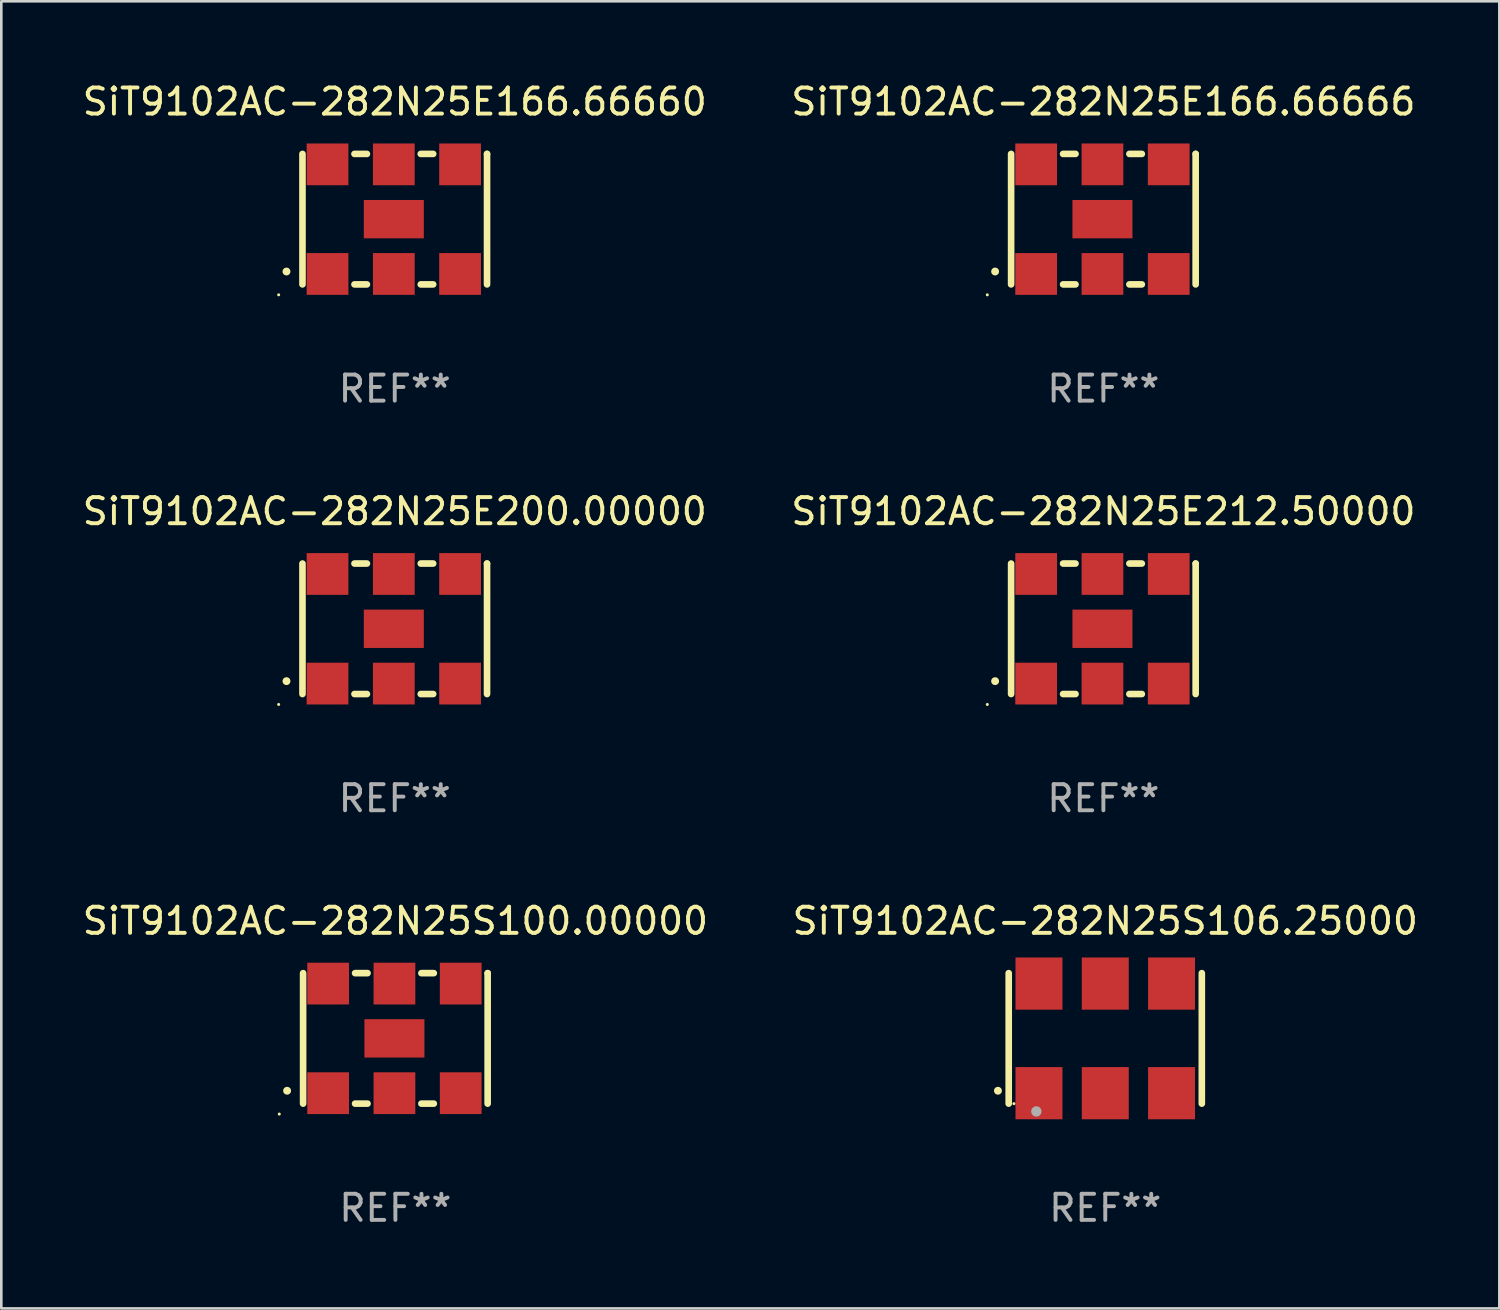
<source format=kicad_pcb>
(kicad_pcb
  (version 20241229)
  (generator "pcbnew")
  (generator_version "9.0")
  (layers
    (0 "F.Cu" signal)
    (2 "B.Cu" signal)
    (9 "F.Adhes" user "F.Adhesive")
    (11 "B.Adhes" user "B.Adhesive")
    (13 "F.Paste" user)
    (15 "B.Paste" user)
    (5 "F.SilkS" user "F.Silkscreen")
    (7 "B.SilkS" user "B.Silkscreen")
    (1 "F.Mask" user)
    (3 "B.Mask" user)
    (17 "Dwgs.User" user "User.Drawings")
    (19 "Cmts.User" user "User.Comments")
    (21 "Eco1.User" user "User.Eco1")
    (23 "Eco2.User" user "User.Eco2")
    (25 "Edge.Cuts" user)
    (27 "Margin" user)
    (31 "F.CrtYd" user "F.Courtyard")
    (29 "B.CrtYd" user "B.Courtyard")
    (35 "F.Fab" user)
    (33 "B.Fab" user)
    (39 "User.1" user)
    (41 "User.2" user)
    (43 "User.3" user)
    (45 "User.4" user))
  (footprint "SiT9102AC-282N25E166.66666"
    (layer "F.Cu")
    (at 39.232 5.348)
    (property "Reference" "SiT9102AC-282N25E166.66666" (at 0 -4.5 0) (layer "F.SilkS") (effects (font (size 1 1) (thickness 0.15))))
    (attr through_hole)
    (fp_line (start -3.536 -2.5) (end -3.536 2.5) (stroke (width 0.254) (type solid)) (layer "F.SilkS"))
    (fp_line (start -1.544 2.5) (end -1.067 2.5) (stroke (width 0.254) (type solid)) (layer "F.SilkS"))
    (fp_line (start -1.067 -2.5) (end -1.544 -2.5) (stroke (width 0.254) (type solid)) (layer "F.SilkS"))
    (fp_line (start 0.996 2.5) (end 1.473 2.5) (stroke (width 0.254) (type solid)) (layer "F.SilkS"))
    (fp_line (start 1.473 -2.5) (end 0.996 -2.5) (stroke (width 0.254) (type solid)) (layer "F.SilkS"))
    (fp_line (start 3.536 -2.5) (end 3.536 -2.5) (stroke (width 0.254) (type solid)) (layer "F.SilkS"))
    (fp_line (start 3.536 2.5) (end 3.536 -2.5) (stroke (width 0.254) (type solid)) (layer "F.SilkS"))
    (fp_arc (start -4.150432 2.006604) (mid -4.149162 2.006599) (end -4.147892 2.006604) (stroke (width 0.3) (type solid)) (layer "F.SilkS"))
    (fp_circle (center -4.449 2.9) (end -4.419 2.9) (stroke (width 0.06) (type solid)) (fill no) (layer "F.SilkS"))
    (fp_text user "REF**" (at 0 6.5 0) (layer "F.Fab") (effects (font (size 1 1) (thickness 0.15))))
    (pad "1" smd rect (at -2.576 2.1) (size 1.6 1.6) (layers "F.Cu" "F.Mask" "F.Paste"))
    (pad "2" smd rect (at -0.036 2.1) (size 1.6 1.6) (layers "F.Cu" "F.Mask" "F.Paste"))
    (pad "3" smd rect (at 2.504 2.1) (size 1.6 1.6) (layers "F.Cu" "F.Mask" "F.Paste"))
    (pad "4" smd rect (at 2.504 -2.1) (size 1.6 1.6) (layers "F.Cu" "F.Mask" "F.Paste"))
    (pad "5" smd rect (at -0.036 -2.1) (size 1.6 1.6) (layers "F.Cu" "F.Mask" "F.Paste"))
    (pad "6" smd rect (at -2.576 -2.1) (size 1.6 1.6) (layers "F.Cu" "F.Mask" "F.Paste"))
    (pad "7" smd rect (at -0.036 0) (size 2.3 1.47) (layers "F.Cu" "F.Mask" "F.Paste")))
  (footprint "SiT9102AC-282N25S106.25000"
    (layer "F.Cu")
    (at 39.304 36.741)
    (property "Reference" "SiT9102AC-282N25S106.25000" (at 0 -4.5 0) (layer "F.SilkS") (effects (font (size 1 1) (thickness 0.15))))
    (attr through_hole)
    (fp_line (start -3.7 -2.5) (end -3.7 2.5) (stroke (width 0.254) (type solid)) (layer "F.SilkS"))
    (fp_line (start 3.7 -2.5) (end 3.7 2.5) (stroke (width 0.254) (type solid)) (layer "F.SilkS"))
    (fp_arc (start -4.114415 2.006604) (mid -4.113145 2.006599) (end -4.111875 2.006604) (stroke (width 0.3) (type solid)) (layer "F.SilkS"))
    (fp_circle (center -3.5 2.501) (end -3.47 2.501) (stroke (width 0.06) (type solid)) (fill no) (layer "F.SilkS"))
    (fp_circle (center -2.641 2.799) (end -2.541 2.799) (stroke (width 0.2) (type solid)) (fill no) (layer "F.Fab"))
    (fp_text user "REF**" (at 0 6.5 0) (layer "F.Fab") (effects (font (size 1 1) (thickness 0.15))))
    (pad "1" smd rect (at -2.54 2.1) (size 1.8 2) (layers "F.Cu" "F.Mask" "F.Paste"))
    (pad "2" smd rect (at 0.000394 2.1) (size 1.8 2) (layers "F.Cu" "F.Mask" "F.Paste"))
    (pad "3" smd rect (at 2.54 2.1) (size 1.8 2) (layers "F.Cu" "F.Mask" "F.Paste"))
    (pad "4" smd rect (at 2.54 -2.1) (size 1.8 2) (layers "F.Cu" "F.Mask" "F.Paste"))
    (pad "5" smd rect (at 0.000394 -2.1) (size 1.8 2) (layers "F.Cu" "F.Mask" "F.Paste"))
    (pad "6" smd rect (at -2.54 -2.1) (size 1.8 2) (layers "F.Cu" "F.Mask" "F.Paste")))
  (footprint "SiT9102AC-282N25S100.00000"
    (layer "F.Cu")
    (at 12.101 36.741)
    (property "Reference" "SiT9102AC-282N25S100.00000" (at 0 -4.5 0) (layer "F.SilkS") (effects (font (size 1 1) (thickness 0.15))))
    (attr through_hole)
    (fp_line (start -3.536 -2.5) (end -3.536 2.5) (stroke (width 0.254) (type solid)) (layer "F.SilkS"))
    (fp_line (start -1.544 2.5) (end -1.067 2.5) (stroke (width 0.254) (type solid)) (layer "F.SilkS"))
    (fp_line (start -1.067 -2.5) (end -1.544 -2.5) (stroke (width 0.254) (type solid)) (layer "F.SilkS"))
    (fp_line (start 0.996 2.5) (end 1.473 2.5) (stroke (width 0.254) (type solid)) (layer "F.SilkS"))
    (fp_line (start 1.473 -2.5) (end 0.996 -2.5) (stroke (width 0.254) (type solid)) (layer "F.SilkS"))
    (fp_line (start 3.536 -2.5) (end 3.536 -2.5) (stroke (width 0.254) (type solid)) (layer "F.SilkS"))
    (fp_line (start 3.536 2.5) (end 3.536 -2.5) (stroke (width 0.254) (type solid)) (layer "F.SilkS"))
    (fp_arc (start -4.150432 2.006604) (mid -4.149162 2.006599) (end -4.147892 2.006604) (stroke (width 0.3) (type solid)) (layer "F.SilkS"))
    (fp_circle (center -4.449 2.9) (end -4.419 2.9) (stroke (width 0.06) (type solid)) (fill no) (layer "F.SilkS"))
    (fp_text user "REF**" (at 0 6.5 0) (layer "F.Fab") (effects (font (size 1 1) (thickness 0.15))))
    (pad "1" smd rect (at -2.576 2.1) (size 1.6 1.6) (layers "F.Cu" "F.Mask" "F.Paste"))
    (pad "2" smd rect (at -0.036 2.1) (size 1.6 1.6) (layers "F.Cu" "F.Mask" "F.Paste"))
    (pad "3" smd rect (at 2.504 2.1) (size 1.6 1.6) (layers "F.Cu" "F.Mask" "F.Paste"))
    (pad "4" smd rect (at 2.504 -2.1) (size 1.6 1.6) (layers "F.Cu" "F.Mask" "F.Paste"))
    (pad "5" smd rect (at -0.036 -2.1) (size 1.6 1.6) (layers "F.Cu" "F.Mask" "F.Paste"))
    (pad "6" smd rect (at -2.576 -2.1) (size 1.6 1.6) (layers "F.Cu" "F.Mask" "F.Paste"))
    (pad "7" smd rect (at -0.036 0) (size 2.3 1.47) (layers "F.Cu" "F.Mask" "F.Paste")))
  (footprint "SiT9102AC-282N25E166.66660"
    (layer "F.Cu")
    (at 12.077 5.348)
    (property "Reference" "SiT9102AC-282N25E166.66660" (at 0 -4.5 0) (layer "F.SilkS") (effects (font (size 1 1) (thickness 0.15))))
    (attr through_hole)
    (fp_line (start -3.536 -2.5) (end -3.536 2.5) (stroke (width 0.254) (type solid)) (layer "F.SilkS"))
    (fp_line (start -1.544 2.5) (end -1.067 2.5) (stroke (width 0.254) (type solid)) (layer "F.SilkS"))
    (fp_line (start -1.067 -2.5) (end -1.544 -2.5) (stroke (width 0.254) (type solid)) (layer "F.SilkS"))
    (fp_line (start 0.996 2.5) (end 1.473 2.5) (stroke (width 0.254) (type solid)) (layer "F.SilkS"))
    (fp_line (start 1.473 -2.5) (end 0.996 -2.5) (stroke (width 0.254) (type solid)) (layer "F.SilkS"))
    (fp_line (start 3.536 -2.5) (end 3.536 -2.5) (stroke (width 0.254) (type solid)) (layer "F.SilkS"))
    (fp_line (start 3.536 2.5) (end 3.536 -2.5) (stroke (width 0.254) (type solid)) (layer "F.SilkS"))
    (fp_arc (start -4.150432 2.006604) (mid -4.149162 2.006599) (end -4.147892 2.006604) (stroke (width 0.3) (type solid)) (layer "F.SilkS"))
    (fp_circle (center -4.449 2.9) (end -4.419 2.9) (stroke (width 0.06) (type solid)) (fill no) (layer "F.SilkS"))
    (fp_text user "REF**" (at 0 6.5 0) (layer "F.Fab") (effects (font (size 1 1) (thickness 0.15))))
    (pad "1" smd rect (at -2.576 2.1) (size 1.6 1.6) (layers "F.Cu" "F.Mask" "F.Paste"))
    (pad "2" smd rect (at -0.036 2.1) (size 1.6 1.6) (layers "F.Cu" "F.Mask" "F.Paste"))
    (pad "3" smd rect (at 2.504 2.1) (size 1.6 1.6) (layers "F.Cu" "F.Mask" "F.Paste"))
    (pad "4" smd rect (at 2.504 -2.1) (size 1.6 1.6) (layers "F.Cu" "F.Mask" "F.Paste"))
    (pad "5" smd rect (at -0.036 -2.1) (size 1.6 1.6) (layers "F.Cu" "F.Mask" "F.Paste"))
    (pad "6" smd rect (at -2.576 -2.1) (size 1.6 1.6) (layers "F.Cu" "F.Mask" "F.Paste"))
    (pad "7" smd rect (at -0.036 0) (size 2.3 1.47) (layers "F.Cu" "F.Mask" "F.Paste")))
  (footprint "SiT9102AC-282N25E200.00000"
    (layer "F.Cu")
    (at 12.077 21.045)
    (property "Reference" "SiT9102AC-282N25E200.00000" (at 0 -4.5 0) (layer "F.SilkS") (effects (font (size 1 1) (thickness 0.15))))
    (attr through_hole)
    (fp_line (start -3.536 -2.5) (end -3.536 2.5) (stroke (width 0.254) (type solid)) (layer "F.SilkS"))
    (fp_line (start -1.544 2.5) (end -1.067 2.5) (stroke (width 0.254) (type solid)) (layer "F.SilkS"))
    (fp_line (start -1.067 -2.5) (end -1.544 -2.5) (stroke (width 0.254) (type solid)) (layer "F.SilkS"))
    (fp_line (start 0.996 2.5) (end 1.473 2.5) (stroke (width 0.254) (type solid)) (layer "F.SilkS"))
    (fp_line (start 1.473 -2.5) (end 0.996 -2.5) (stroke (width 0.254) (type solid)) (layer "F.SilkS"))
    (fp_line (start 3.536 -2.5) (end 3.536 -2.5) (stroke (width 0.254) (type solid)) (layer "F.SilkS"))
    (fp_line (start 3.536 2.5) (end 3.536 -2.5) (stroke (width 0.254) (type solid)) (layer "F.SilkS"))
    (fp_arc (start -4.150432 2.006604) (mid -4.149162 2.006599) (end -4.147892 2.006604) (stroke (width 0.3) (type solid)) (layer "F.SilkS"))
    (fp_circle (center -4.449 2.9) (end -4.419 2.9) (stroke (width 0.06) (type solid)) (fill no) (layer "F.SilkS"))
    (fp_text user "REF**" (at 0 6.5 0) (layer "F.Fab") (effects (font (size 1 1) (thickness 0.15))))
    (pad "1" smd rect (at -2.576 2.1) (size 1.6 1.6) (layers "F.Cu" "F.Mask" "F.Paste"))
    (pad "2" smd rect (at -0.036 2.1) (size 1.6 1.6) (layers "F.Cu" "F.Mask" "F.Paste"))
    (pad "3" smd rect (at 2.504 2.1) (size 1.6 1.6) (layers "F.Cu" "F.Mask" "F.Paste"))
    (pad "4" smd rect (at 2.504 -2.1) (size 1.6 1.6) (layers "F.Cu" "F.Mask" "F.Paste"))
    (pad "5" smd rect (at -0.036 -2.1) (size 1.6 1.6) (layers "F.Cu" "F.Mask" "F.Paste"))
    (pad "6" smd rect (at -2.576 -2.1) (size 1.6 1.6) (layers "F.Cu" "F.Mask" "F.Paste"))
    (pad "7" smd rect (at -0.036 0) (size 2.3 1.47) (layers "F.Cu" "F.Mask" "F.Paste")))
  (footprint "SiT9102AC-282N25E212.50000"
    (layer "F.Cu")
    (at 39.232 21.045)
    (property "Reference" "SiT9102AC-282N25E212.50000" (at 0 -4.5 0) (layer "F.SilkS") (effects (font (size 1 1) (thickness 0.15))))
    (attr through_hole)
    (fp_line (start -3.536 -2.5) (end -3.536 2.5) (stroke (width 0.254) (type solid)) (layer "F.SilkS"))
    (fp_line (start -1.544 2.5) (end -1.067 2.5) (stroke (width 0.254) (type solid)) (layer "F.SilkS"))
    (fp_line (start -1.067 -2.5) (end -1.544 -2.5) (stroke (width 0.254) (type solid)) (layer "F.SilkS"))
    (fp_line (start 0.996 2.5) (end 1.473 2.5) (stroke (width 0.254) (type solid)) (layer "F.SilkS"))
    (fp_line (start 1.473 -2.5) (end 0.996 -2.5) (stroke (width 0.254) (type solid)) (layer "F.SilkS"))
    (fp_line (start 3.536 -2.5) (end 3.536 -2.5) (stroke (width 0.254) (type solid)) (layer "F.SilkS"))
    (fp_line (start 3.536 2.5) (end 3.536 -2.5) (stroke (width 0.254) (type solid)) (layer "F.SilkS"))
    (fp_arc (start -4.150432 2.006604) (mid -4.149162 2.006599) (end -4.147892 2.006604) (stroke (width 0.3) (type solid)) (layer "F.SilkS"))
    (fp_circle (center -4.449 2.9) (end -4.419 2.9) (stroke (width 0.06) (type solid)) (fill no) (layer "F.SilkS"))
    (fp_text user "REF**" (at 0 6.5 0) (layer "F.Fab") (effects (font (size 1 1) (thickness 0.15))))
    (pad "1" smd rect (at -2.576 2.1) (size 1.6 1.6) (layers "F.Cu" "F.Mask" "F.Paste"))
    (pad "2" smd rect (at -0.036 2.1) (size 1.6 1.6) (layers "F.Cu" "F.Mask" "F.Paste"))
    (pad "3" smd rect (at 2.504 2.1) (size 1.6 1.6) (layers "F.Cu" "F.Mask" "F.Paste"))
    (pad "4" smd rect (at 2.504 -2.1) (size 1.6 1.6) (layers "F.Cu" "F.Mask" "F.Paste"))
    (pad "5" smd rect (at -0.036 -2.1) (size 1.6 1.6) (layers "F.Cu" "F.Mask" "F.Paste"))
    (pad "6" smd rect (at -2.576 -2.1) (size 1.6 1.6) (layers "F.Cu" "F.Mask" "F.Paste"))
    (pad "7" smd rect (at -0.036 0) (size 2.3 1.47) (layers "F.Cu" "F.Mask" "F.Paste")))
  (gr_rect
    (start -3 -3)
    (end 54.405 47.09)
    (stroke (width 0.1) (type default))
    (fill no)
    (layer "Edge.Cuts")))
</source>
